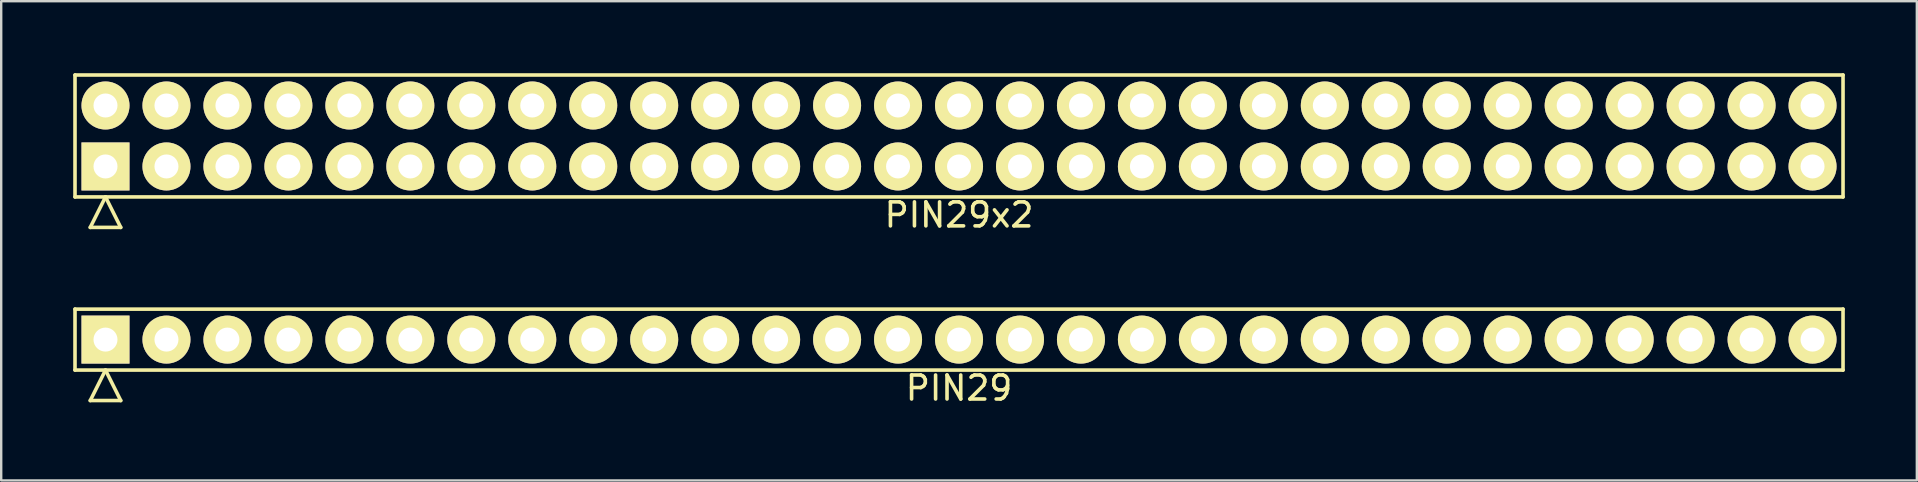
<source format=kicad_pcb>
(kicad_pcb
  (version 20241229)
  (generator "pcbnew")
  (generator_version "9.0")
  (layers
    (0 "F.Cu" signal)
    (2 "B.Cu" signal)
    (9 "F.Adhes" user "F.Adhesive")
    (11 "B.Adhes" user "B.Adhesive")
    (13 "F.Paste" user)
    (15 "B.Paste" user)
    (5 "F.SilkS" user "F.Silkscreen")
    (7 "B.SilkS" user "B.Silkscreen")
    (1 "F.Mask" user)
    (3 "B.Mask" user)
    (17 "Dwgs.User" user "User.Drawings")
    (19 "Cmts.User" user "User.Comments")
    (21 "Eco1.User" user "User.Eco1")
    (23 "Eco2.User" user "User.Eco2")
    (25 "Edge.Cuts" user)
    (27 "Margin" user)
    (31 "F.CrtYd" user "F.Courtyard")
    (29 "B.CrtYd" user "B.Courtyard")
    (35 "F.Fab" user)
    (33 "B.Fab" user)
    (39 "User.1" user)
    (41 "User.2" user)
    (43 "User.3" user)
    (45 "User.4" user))
  (footprint "PIN29"
    (layer "F.Cu")
    (at 36.905 11.098)
    (property "Reference" "PIN29" (at 0 2.02 0) (layer "F.SilkS") (effects (font (size 1 1) (thickness 0.15))))
    (attr through_hole)
    (fp_line (start -36.83 -1.27) (end -36.83 1.27) (stroke (width 0.15) (type solid)) (layer "F.SilkS"))
    (fp_line (start -36.83 1.27) (end 36.83 1.27) (stroke (width 0.15) (type solid)) (layer "F.SilkS"))
    (fp_line (start -36.195 2.54) (end -35.56 1.27) (stroke (width 0.15) (type solid)) (layer "F.SilkS"))
    (fp_line (start -36.195 2.54) (end -34.925 2.54) (stroke (width 0.15) (type solid)) (layer "F.SilkS"))
    (fp_line (start -34.925 2.54) (end -35.56 1.27) (stroke (width 0.15) (type solid)) (layer "F.SilkS"))
    (fp_line (start 36.83 -1.27) (end -36.83 -1.27) (stroke (width 0.15) (type solid)) (layer "F.SilkS"))
    (fp_line (start 36.83 1.27) (end 36.83 -1.27) (stroke (width 0.15) (type solid)) (layer "F.SilkS"))
    (pad "1" thru_hole rect (at -35.56 0) (size 2 2) (drill 1) (layers "*.Cu" "*.Mask" "F.SilkS"))
    (pad "2" thru_hole oval (at -33.02 0) (size 2 2) (drill 1) (layers "*.Cu" "*.Mask" "F.SilkS"))
    (pad "3" thru_hole oval (at -30.48 0) (size 2 2) (drill 1) (layers "*.Cu" "*.Mask" "F.SilkS"))
    (pad "4" thru_hole oval (at -27.94 0) (size 2 2) (drill 1) (layers "*.Cu" "*.Mask" "F.SilkS"))
    (pad "5" thru_hole oval (at -25.4 0) (size 2 2) (drill 1) (layers "*.Cu" "*.Mask" "F.SilkS"))
    (pad "6" thru_hole oval (at -22.86 0) (size 2 2) (drill 1) (layers "*.Cu" "*.Mask" "F.SilkS"))
    (pad "7" thru_hole oval (at -20.32 0) (size 2 2) (drill 1) (layers "*.Cu" "*.Mask" "F.SilkS"))
    (pad "8" thru_hole oval (at -17.78 0) (size 2 2) (drill 1) (layers "*.Cu" "*.Mask" "F.SilkS"))
    (pad "9" thru_hole oval (at -15.24 0) (size 2 2) (drill 1) (layers "*.Cu" "*.Mask" "F.SilkS"))
    (pad "10" thru_hole oval (at -12.7 0) (size 2 2) (drill 1) (layers "*.Cu" "*.Mask" "F.SilkS"))
    (pad "11" thru_hole oval (at -10.16 0) (size 2 2) (drill 1) (layers "*.Cu" "*.Mask" "F.SilkS"))
    (pad "12" thru_hole oval (at -7.62 0) (size 2 2) (drill 1) (layers "*.Cu" "*.Mask" "F.SilkS"))
    (pad "13" thru_hole oval (at -5.08 0) (size 2 2) (drill 1) (layers "*.Cu" "*.Mask" "F.SilkS"))
    (pad "14" thru_hole oval (at -2.54 0) (size 2 2) (drill 1) (layers "*.Cu" "*.Mask" "F.SilkS"))
    (pad "15" thru_hole oval (at 0 0) (size 2 2) (drill 1) (layers "*.Cu" "*.Mask" "F.SilkS"))
    (pad "16" thru_hole oval (at 2.54 0) (size 2 2) (drill 1) (layers "*.Cu" "*.Mask" "F.SilkS"))
    (pad "17" thru_hole oval (at 5.08 0) (size 2 2) (drill 1) (layers "*.Cu" "*.Mask" "F.SilkS"))
    (pad "18" thru_hole oval (at 7.62 0) (size 2 2) (drill 1) (layers "*.Cu" "*.Mask" "F.SilkS"))
    (pad "19" thru_hole oval (at 10.16 0) (size 2 2) (drill 1) (layers "*.Cu" "*.Mask" "F.SilkS"))
    (pad "20" thru_hole oval (at 12.7 0) (size 2 2) (drill 1) (layers "*.Cu" "*.Mask" "F.SilkS"))
    (pad "21" thru_hole oval (at 15.24 0) (size 2 2) (drill 1) (layers "*.Cu" "*.Mask" "F.SilkS"))
    (pad "22" thru_hole oval (at 17.78 0) (size 2 2) (drill 1) (layers "*.Cu" "*.Mask" "F.SilkS"))
    (pad "23" thru_hole oval (at 20.32 0) (size 2 2) (drill 1) (layers "*.Cu" "*.Mask" "F.SilkS"))
    (pad "24" thru_hole oval (at 22.86 0) (size 2 2) (drill 1) (layers "*.Cu" "*.Mask" "F.SilkS"))
    (pad "25" thru_hole oval (at 25.4 0) (size 2 2) (drill 1) (layers "*.Cu" "*.Mask" "F.SilkS"))
    (pad "26" thru_hole oval (at 27.94 0) (size 2 2) (drill 1) (layers "*.Cu" "*.Mask" "F.SilkS"))
    (pad "27" thru_hole oval (at 30.48 0) (size 2 2) (drill 1) (layers "*.Cu" "*.Mask" "F.SilkS"))
    (pad "28" thru_hole oval (at 33.02 0) (size 2 2) (drill 1) (layers "*.Cu" "*.Mask" "F.SilkS"))
    (pad "29" thru_hole oval (at 35.56 0) (size 2 2) (drill 1) (layers "*.Cu" "*.Mask" "F.SilkS")))
  (footprint "PIN29x2"
    (layer "F.Cu")
    (at 36.905 2.615)
    (property "Reference" "PIN29x2" (at 0 3.29 0) (layer "F.SilkS") (effects (font (size 1 1) (thickness 0.15))))
    (attr through_hole)
    (fp_line (start -36.83 -2.54) (end -36.83 2.54) (stroke (width 0.15) (type solid)) (layer "F.SilkS"))
    (fp_line (start -36.83 2.54) (end 36.83 2.54) (stroke (width 0.15) (type solid)) (layer "F.SilkS"))
    (fp_line (start -36.195 3.81) (end -35.56 2.54) (stroke (width 0.15) (type solid)) (layer "F.SilkS"))
    (fp_line (start -36.195 3.81) (end -34.925 3.81) (stroke (width 0.15) (type solid)) (layer "F.SilkS"))
    (fp_line (start -34.925 3.81) (end -35.56 2.54) (stroke (width 0.15) (type solid)) (layer "F.SilkS"))
    (fp_line (start 36.83 -2.54) (end -36.83 -2.54) (stroke (width 0.15) (type solid)) (layer "F.SilkS"))
    (fp_line (start 36.83 2.54) (end 36.83 -2.54) (stroke (width 0.15) (type solid)) (layer "F.SilkS"))
    (pad "1" thru_hole rect (at -35.56 1.27) (size 2 2) (drill 1) (layers "*.Cu" "*.Mask" "F.SilkS"))
    (pad "2" thru_hole oval (at -35.56 -1.27) (size 2 2) (drill 1) (layers "*.Cu" "*.Mask" "F.SilkS"))
    (pad "3" thru_hole oval (at -33.02 1.27) (size 2 2) (drill 1) (layers "*.Cu" "*.Mask" "F.SilkS"))
    (pad "4" thru_hole oval (at -33.02 -1.27) (size 2 2) (drill 1) (layers "*.Cu" "*.Mask" "F.SilkS"))
    (pad "5" thru_hole oval (at -30.48 1.27) (size 2 2) (drill 1) (layers "*.Cu" "*.Mask" "F.SilkS"))
    (pad "6" thru_hole oval (at -30.48 -1.27) (size 2 2) (drill 1) (layers "*.Cu" "*.Mask" "F.SilkS"))
    (pad "7" thru_hole oval (at -27.94 1.27) (size 2 2) (drill 1) (layers "*.Cu" "*.Mask" "F.SilkS"))
    (pad "8" thru_hole oval (at -27.94 -1.27) (size 2 2) (drill 1) (layers "*.Cu" "*.Mask" "F.SilkS"))
    (pad "9" thru_hole oval (at -25.4 1.27) (size 2 2) (drill 1) (layers "*.Cu" "*.Mask" "F.SilkS"))
    (pad "10" thru_hole oval (at -25.4 -1.27) (size 2 2) (drill 1) (layers "*.Cu" "*.Mask" "F.SilkS"))
    (pad "11" thru_hole oval (at -22.86 1.27) (size 2 2) (drill 1) (layers "*.Cu" "*.Mask" "F.SilkS"))
    (pad "12" thru_hole oval (at -22.86 -1.27) (size 2 2) (drill 1) (layers "*.Cu" "*.Mask" "F.SilkS"))
    (pad "13" thru_hole oval (at -20.32 1.27) (size 2 2) (drill 1) (layers "*.Cu" "*.Mask" "F.SilkS"))
    (pad "14" thru_hole oval (at -20.32 -1.27) (size 2 2) (drill 1) (layers "*.Cu" "*.Mask" "F.SilkS"))
    (pad "15" thru_hole oval (at -17.78 1.27) (size 2 2) (drill 1) (layers "*.Cu" "*.Mask" "F.SilkS"))
    (pad "16" thru_hole oval (at -17.78 -1.27) (size 2 2) (drill 1) (layers "*.Cu" "*.Mask" "F.SilkS"))
    (pad "17" thru_hole oval (at -15.24 1.27) (size 2 2) (drill 1) (layers "*.Cu" "*.Mask" "F.SilkS"))
    (pad "18" thru_hole oval (at -15.24 -1.27) (size 2 2) (drill 1) (layers "*.Cu" "*.Mask" "F.SilkS"))
    (pad "19" thru_hole oval (at -12.7 1.27) (size 2 2) (drill 1) (layers "*.Cu" "*.Mask" "F.SilkS"))
    (pad "20" thru_hole oval (at -12.7 -1.27) (size 2 2) (drill 1) (layers "*.Cu" "*.Mask" "F.SilkS"))
    (pad "21" thru_hole oval (at -10.16 1.27) (size 2 2) (drill 1) (layers "*.Cu" "*.Mask" "F.SilkS"))
    (pad "22" thru_hole oval (at -10.16 -1.27) (size 2 2) (drill 1) (layers "*.Cu" "*.Mask" "F.SilkS"))
    (pad "23" thru_hole oval (at -7.62 1.27) (size 2 2) (drill 1) (layers "*.Cu" "*.Mask" "F.SilkS"))
    (pad "24" thru_hole oval (at -7.62 -1.27) (size 2 2) (drill 1) (layers "*.Cu" "*.Mask" "F.SilkS"))
    (pad "25" thru_hole oval (at -5.08 1.27) (size 2 2) (drill 1) (layers "*.Cu" "*.Mask" "F.SilkS"))
    (pad "26" thru_hole oval (at -5.08 -1.27) (size 2 2) (drill 1) (layers "*.Cu" "*.Mask" "F.SilkS"))
    (pad "27" thru_hole oval (at -2.54 1.27) (size 2 2) (drill 1) (layers "*.Cu" "*.Mask" "F.SilkS"))
    (pad "28" thru_hole oval (at -2.54 -1.27) (size 2 2) (drill 1) (layers "*.Cu" "*.Mask" "F.SilkS"))
    (pad "29" thru_hole oval (at 0 1.27) (size 2 2) (drill 1) (layers "*.Cu" "*.Mask" "F.SilkS"))
    (pad "30" thru_hole oval (at 0 -1.27) (size 2 2) (drill 1) (layers "*.Cu" "*.Mask" "F.SilkS"))
    (pad "31" thru_hole oval (at 2.54 1.27) (size 2 2) (drill 1) (layers "*.Cu" "*.Mask" "F.SilkS"))
    (pad "32" thru_hole oval (at 2.54 -1.27) (size 2 2) (drill 1) (layers "*.Cu" "*.Mask" "F.SilkS"))
    (pad "33" thru_hole oval (at 5.08 1.27) (size 2 2) (drill 1) (layers "*.Cu" "*.Mask" "F.SilkS"))
    (pad "34" thru_hole oval (at 5.08 -1.27) (size 2 2) (drill 1) (layers "*.Cu" "*.Mask" "F.SilkS"))
    (pad "35" thru_hole oval (at 7.62 1.27) (size 2 2) (drill 1) (layers "*.Cu" "*.Mask" "F.SilkS"))
    (pad "36" thru_hole oval (at 7.62 -1.27) (size 2 2) (drill 1) (layers "*.Cu" "*.Mask" "F.SilkS"))
    (pad "37" thru_hole oval (at 10.16 1.27) (size 2 2) (drill 1) (layers "*.Cu" "*.Mask" "F.SilkS"))
    (pad "38" thru_hole oval (at 10.16 -1.27) (size 2 2) (drill 1) (layers "*.Cu" "*.Mask" "F.SilkS"))
    (pad "39" thru_hole oval (at 12.7 1.27) (size 2 2) (drill 1) (layers "*.Cu" "*.Mask" "F.SilkS"))
    (pad "40" thru_hole oval (at 12.7 -1.27) (size 2 2) (drill 1) (layers "*.Cu" "*.Mask" "F.SilkS"))
    (pad "41" thru_hole oval (at 15.24 1.27) (size 2 2) (drill 1) (layers "*.Cu" "*.Mask" "F.SilkS"))
    (pad "42" thru_hole oval (at 15.24 -1.27) (size 2 2) (drill 1) (layers "*.Cu" "*.Mask" "F.SilkS"))
    (pad "43" thru_hole oval (at 17.78 1.27) (size 2 2) (drill 1) (layers "*.Cu" "*.Mask" "F.SilkS"))
    (pad "44" thru_hole oval (at 17.78 -1.27) (size 2 2) (drill 1) (layers "*.Cu" "*.Mask" "F.SilkS"))
    (pad "45" thru_hole oval (at 20.32 1.27) (size 2 2) (drill 1) (layers "*.Cu" "*.Mask" "F.SilkS"))
    (pad "46" thru_hole oval (at 20.32 -1.27) (size 2 2) (drill 1) (layers "*.Cu" "*.Mask" "F.SilkS"))
    (pad "47" thru_hole oval (at 22.86 1.27) (size 2 2) (drill 1) (layers "*.Cu" "*.Mask" "F.SilkS"))
    (pad "48" thru_hole oval (at 22.86 -1.27) (size 2 2) (drill 1) (layers "*.Cu" "*.Mask" "F.SilkS"))
    (pad "49" thru_hole oval (at 25.4 1.27) (size 2 2) (drill 1) (layers "*.Cu" "*.Mask" "F.SilkS"))
    (pad "50" thru_hole oval (at 25.4 -1.27) (size 2 2) (drill 1) (layers "*.Cu" "*.Mask" "F.SilkS"))
    (pad "51" thru_hole oval (at 27.94 1.27) (size 2 2) (drill 1) (layers "*.Cu" "*.Mask" "F.SilkS"))
    (pad "52" thru_hole oval (at 27.94 -1.27) (size 2 2) (drill 1) (layers "*.Cu" "*.Mask" "F.SilkS"))
    (pad "53" thru_hole oval (at 30.48 1.27) (size 2 2) (drill 1) (layers "*.Cu" "*.Mask" "F.SilkS"))
    (pad "54" thru_hole oval (at 30.48 -1.27) (size 2 2) (drill 1) (layers "*.Cu" "*.Mask" "F.SilkS"))
    (pad "55" thru_hole oval (at 33.02 1.27) (size 2 2) (drill 1) (layers "*.Cu" "*.Mask" "F.SilkS"))
    (pad "56" thru_hole oval (at 33.02 -1.27) (size 2 2) (drill 1) (layers "*.Cu" "*.Mask" "F.SilkS"))
    (pad "57" thru_hole oval (at 35.56 1.27) (size 2 2) (drill 1) (layers "*.Cu" "*.Mask" "F.SilkS"))
    (pad "58" thru_hole oval (at 35.56 -1.27) (size 2 2) (drill 1) (layers "*.Cu" "*.Mask" "F.SilkS")))
  (gr_rect
    (start -3 -3)
    (end 76.81 16.966)
    (stroke (width 0.1) (type default))
    (fill no)
    (layer "Edge.Cuts")))
</source>
